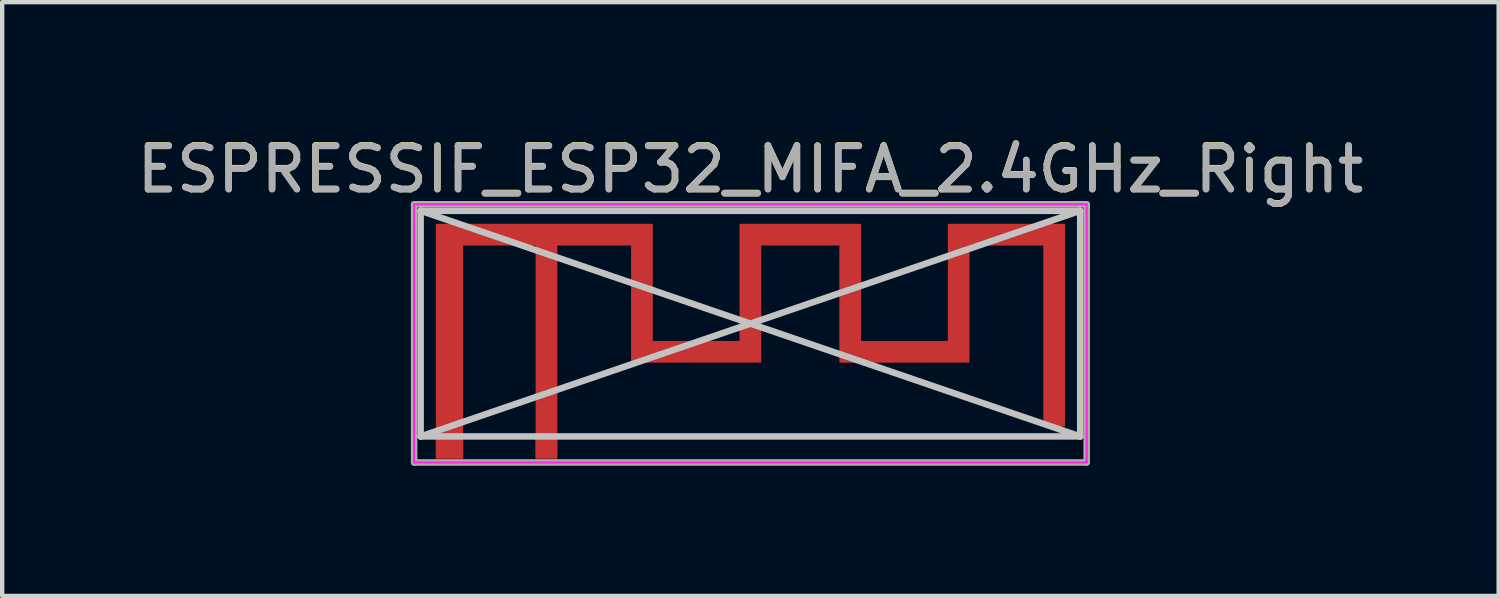
<source format=kicad_pcb>
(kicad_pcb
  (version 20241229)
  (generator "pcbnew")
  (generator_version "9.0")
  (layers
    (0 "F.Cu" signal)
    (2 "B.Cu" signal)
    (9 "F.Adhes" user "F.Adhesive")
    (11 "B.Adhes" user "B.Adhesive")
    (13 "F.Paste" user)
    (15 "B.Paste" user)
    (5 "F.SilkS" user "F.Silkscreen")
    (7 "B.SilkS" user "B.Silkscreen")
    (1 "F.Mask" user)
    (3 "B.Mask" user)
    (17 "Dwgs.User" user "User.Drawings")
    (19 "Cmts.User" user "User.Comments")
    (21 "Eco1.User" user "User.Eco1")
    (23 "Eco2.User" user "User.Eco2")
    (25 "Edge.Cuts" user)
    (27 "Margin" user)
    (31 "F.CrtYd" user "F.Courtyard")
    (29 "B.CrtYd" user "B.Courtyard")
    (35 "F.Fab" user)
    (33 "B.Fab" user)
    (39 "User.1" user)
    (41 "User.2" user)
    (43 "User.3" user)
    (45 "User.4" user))
  (footprint "ESPRESSIF_ESP32_MIFA_2.4GHz_Right"
    (layer "F.Cu")
    (at 9.694 7.258)
    (property "Reference" "ESPRESSIF_ESP32_MIFA_2.4GHz_Right" (at 4.55 -6.41 0) (layer "F.SilkS") (effects (font (size 1 1) (thickness 0.15))))
    (attr exclude_from_pos_files exclude_from_bom)
    (fp_poly (pts (xy 2.3 -2.45) (xy 4.3 -2.45) (xy 4.3 -5.15) (xy 7.1 -5.15) (xy 7.1 -2.45) (xy 9.1 -2.45) (xy 9.1 -5.15) (xy 11.8 -5.15) (xy 11.8 -0.48) (xy 11.3 -0.48) (xy 11.3 -4.65) (xy 9.6 -4.65) (xy 9.6 -1.95) (xy 6.6 -1.95) (xy 6.6 -4.65) (xy 4.8 -4.65) (xy 4.8 -1.95) (xy 1.8 -1.95) (xy 1.8 -4.65) (xy 0.1 -4.65) (xy 0.1 0.26) (xy -0.4 0.26) (xy -0.4 -4.65) (xy -2.07 -4.65) (xy -2.07 0.26) (xy -2.7 0.26) (xy -2.7 0.007) (xy -2.398 0.007) (xy -2.388 0.054) (xy -2.364 0.097) (xy -2.326 0.13) (xy -2.318 0.134) (xy -2.275 0.146) (xy -2.227 0.145) (xy -2.181 0.132) (xy -2.163 0.122) (xy -2.129 0.087) (xy -2.108 0.041) (xy -2.102 -0.008) (xy -2.11 -0.056) (xy -2.127 -0.089) (xy -2.162 -0.121) (xy -2.208 -0.141) (xy -2.257 -0.148) (xy -2.305 -0.14) (xy -2.338 -0.123) (xy -2.373 -0.086) (xy -2.393 -0.042) (xy -2.398 0.007) (xy -2.7 0.028) (xy -2.7 -5.15) (xy 2.3 -5.15) (xy 2.3 -2.51)) (stroke (width 0) (type solid)) (fill yes) (layer "F.Cu"))
    (fp_line (start -3.05 -5.45) (end 12.15 -5.45) (stroke (width 0.15) (type solid)) (layer "Dwgs.User"))
    (fp_line (start -3.05 -5.45) (end 12.15 -0.25) (stroke (width 0.15) (type solid)) (layer "Dwgs.User"))
    (fp_line (start -3.05 -0.25) (end -3.05 -5.45) (stroke (width 0.15) (type solid)) (layer "Dwgs.User"))
    (fp_line (start -3.05 -0.25) (end 12.15 -5.45) (stroke (width 0.15) (type solid)) (layer "Dwgs.User"))
    (fp_line (start -3.05 -0.25) (end 12.15 -0.25) (stroke (width 0.15) (type solid)) (layer "Dwgs.User"))
    (fp_line (start 12.15 -0.25) (end 12.15 -5.45) (stroke (width 0.15) (type solid)) (layer "Dwgs.User"))
    (fp_line (start -3.2 -5.6) (end 12.3 -5.6) (stroke (width 0.05) (type solid)) (layer "F.CrtYd"))
    (fp_line (start -3.2 0.35) (end -3.2 -5.6) (stroke (width 0.05) (type solid)) (layer "F.CrtYd"))
    (fp_line (start 12.3 -5.6) (end 12.3 0.35) (stroke (width 0.05) (type solid)) (layer "F.CrtYd"))
    (fp_line (start 12.3 0.35) (end -3.2 0.35) (stroke (width 0.05) (type solid)) (layer "F.CrtYd"))
    (fp_line (start -3.2 -5.6) (end 12.3 -5.6) (stroke (width 0.15) (type solid)) (layer "F.Fab"))
    (fp_line (start -3.2 0.35) (end -3.2 -5.6) (stroke (width 0.15) (type solid)) (layer "F.Fab"))
    (fp_line (start 12.3 -5.6) (end 12.3 0.35) (stroke (width 0.15) (type solid)) (layer "F.Fab"))
    (fp_line (start 12.3 0.35) (end -3.2 0.35) (stroke (width 0.15) (type solid)) (layer "F.Fab"))
    (fp_text user "${REFERENCE}" (at 4.55 -6.4 0) (layer "F.Fab") (effects (font (size 1 1) (thickness 0.15))))
    (pad "1" connect rect (at -0.15 0.01) (size 0.5 0.5) (layers "F.Cu"))
    (pad "2" smd rect (at -2.385 0.01) (size 0.63 0.5) (layers "F.Cu" "F.Mask")))
  (gr_rect
    (start -3 -3)
    (end 31.488 10.683)
    (stroke (width 0.1) (type default))
    (fill no)
    (layer "Edge.Cuts")))
</source>
